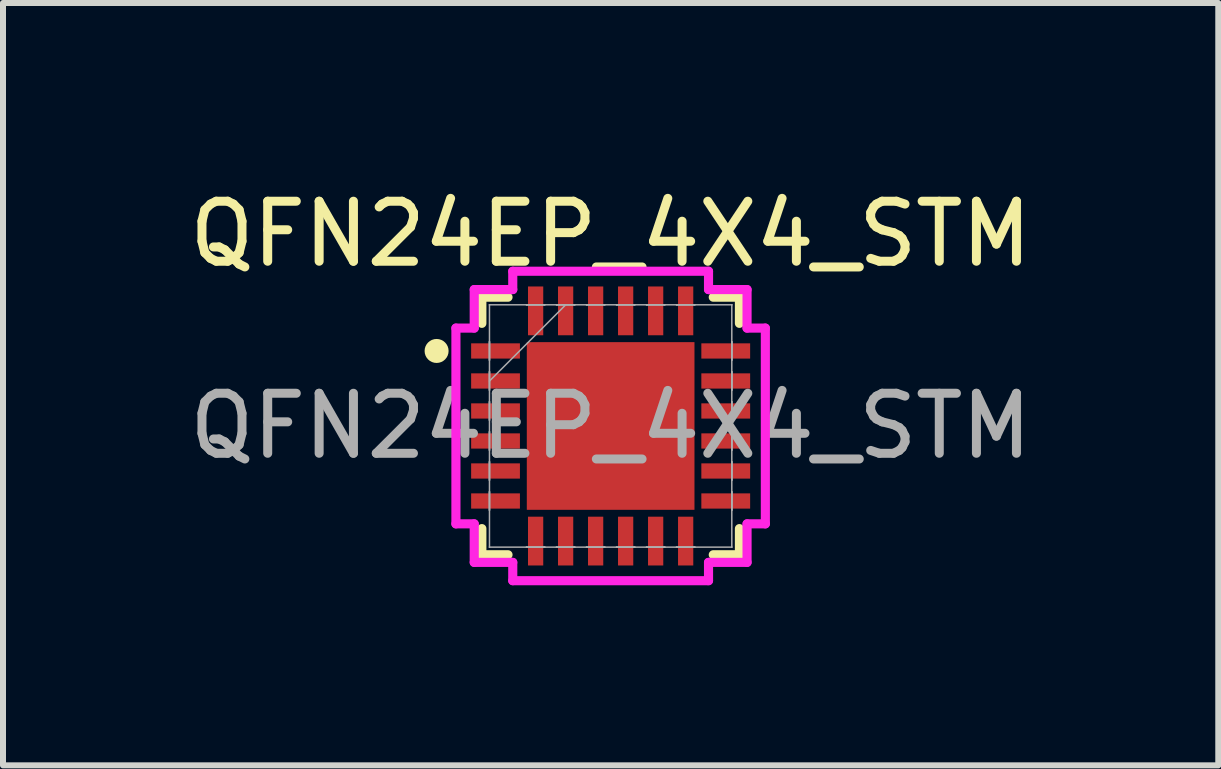
<source format=kicad_pcb>
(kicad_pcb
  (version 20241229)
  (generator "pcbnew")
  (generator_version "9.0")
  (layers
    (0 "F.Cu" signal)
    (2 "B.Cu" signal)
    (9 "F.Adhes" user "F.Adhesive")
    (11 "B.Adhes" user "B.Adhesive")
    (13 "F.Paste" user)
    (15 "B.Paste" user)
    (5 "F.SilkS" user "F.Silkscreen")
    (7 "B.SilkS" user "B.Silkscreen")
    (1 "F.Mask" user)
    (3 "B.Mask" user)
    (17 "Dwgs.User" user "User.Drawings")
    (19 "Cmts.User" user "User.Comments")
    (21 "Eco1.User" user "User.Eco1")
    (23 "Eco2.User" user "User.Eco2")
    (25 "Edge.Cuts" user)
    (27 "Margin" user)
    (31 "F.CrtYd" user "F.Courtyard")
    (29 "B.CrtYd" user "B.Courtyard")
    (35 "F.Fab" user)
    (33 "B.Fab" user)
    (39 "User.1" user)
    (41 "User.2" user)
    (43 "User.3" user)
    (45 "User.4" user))
  (footprint "QFN24EP_4X4_STM"
    (layer "F.Cu")
    (at 7.125 4.048)
    (property "Reference" "QFN24EP_4X4_STM" (at 0 -3.2 0) (unlocked yes) (layer "F.SilkS") (effects (font (size 1 1) (thickness 0.15))))
    (attr smd)
    (fp_line (start -2.146 -2.146) (end -2.146 -1.71) (stroke (width 0.152) (type solid)) (layer "F.SilkS"))
    (fp_line (start -2.146 1.71) (end -2.146 2.146) (stroke (width 0.152) (type solid)) (layer "F.SilkS"))
    (fp_line (start -2.146 2.146) (end -1.71 2.146) (stroke (width 0.152) (type solid)) (layer "F.SilkS"))
    (fp_line (start -1.71 -2.146) (end -2.146 -2.146) (stroke (width 0.152) (type solid)) (layer "F.SilkS"))
    (fp_line (start 1.71 2.146) (end 2.146 2.146) (stroke (width 0.152) (type solid)) (layer "F.SilkS"))
    (fp_line (start 2.146 -2.146) (end 1.71 -2.146) (stroke (width 0.152) (type solid)) (layer "F.SilkS"))
    (fp_line (start 2.146 -1.71) (end 2.146 -2.146) (stroke (width 0.152) (type solid)) (layer "F.SilkS"))
    (fp_line (start 2.146 2.146) (end 2.146 1.71) (stroke (width 0.152) (type solid)) (layer "F.SilkS"))
    (fp_circle (center -2.9 -1.25) (end -2.8 -1.25) (stroke (width 0.2) (type solid)) (fill no) (layer "F.SilkS"))
    (fp_poly (pts (xy -1.297 -1.297) (xy -1.297 -0.1) (xy -0.1 -0.1) (xy -0.1 -1.297)) (stroke (width 0) (type solid)) (fill yes) (layer "F.Paste"))
    (fp_poly (pts (xy -1.297 0.1) (xy -1.297 1.297) (xy -0.1 1.297) (xy -0.1 0.1)) (stroke (width 0) (type solid)) (fill yes) (layer "F.Paste"))
    (fp_poly (pts (xy 0.1 -1.297) (xy 0.1 -0.1) (xy 1.297 -0.1) (xy 1.297 -1.297)) (stroke (width 0) (type solid)) (fill yes) (layer "F.Paste"))
    (fp_poly (pts (xy 0.1 0.1) (xy 0.1 1.297) (xy 1.297 1.297) (xy 1.297 0.1)) (stroke (width 0) (type solid)) (fill yes) (layer "F.Paste"))
    (fp_line (start -2.578 -1.631) (end -2.273 -1.631) (stroke (width 0.152) (type solid)) (layer "F.CrtYd"))
    (fp_line (start -2.578 1.631) (end -2.578 -1.631) (stroke (width 0.152) (type solid)) (layer "F.CrtYd"))
    (fp_line (start -2.273 -2.273) (end -1.631 -2.273) (stroke (width 0.152) (type solid)) (layer "F.CrtYd"))
    (fp_line (start -2.273 -1.631) (end -2.273 -2.273) (stroke (width 0.152) (type solid)) (layer "F.CrtYd"))
    (fp_line (start -2.273 1.631) (end -2.578 1.631) (stroke (width 0.152) (type solid)) (layer "F.CrtYd"))
    (fp_line (start -2.273 2.273) (end -2.273 1.631) (stroke (width 0.152) (type solid)) (layer "F.CrtYd"))
    (fp_line (start -1.631 -2.578) (end 1.631 -2.578) (stroke (width 0.152) (type solid)) (layer "F.CrtYd"))
    (fp_line (start -1.631 -2.273) (end -1.631 -2.578) (stroke (width 0.152) (type solid)) (layer "F.CrtYd"))
    (fp_line (start -1.631 2.273) (end -2.273 2.273) (stroke (width 0.152) (type solid)) (layer "F.CrtYd"))
    (fp_line (start -1.631 2.578) (end -1.631 2.273) (stroke (width 0.152) (type solid)) (layer "F.CrtYd"))
    (fp_line (start 1.631 -2.578) (end 1.631 -2.273) (stroke (width 0.152) (type solid)) (layer "F.CrtYd"))
    (fp_line (start 1.631 -2.273) (end 2.273 -2.273) (stroke (width 0.152) (type solid)) (layer "F.CrtYd"))
    (fp_line (start 1.631 2.273) (end 1.631 2.578) (stroke (width 0.152) (type solid)) (layer "F.CrtYd"))
    (fp_line (start 1.631 2.578) (end -1.631 2.578) (stroke (width 0.152) (type solid)) (layer "F.CrtYd"))
    (fp_line (start 2.273 -2.273) (end 2.273 -1.631) (stroke (width 0.152) (type solid)) (layer "F.CrtYd"))
    (fp_line (start 2.273 -1.631) (end 2.578 -1.631) (stroke (width 0.152) (type solid)) (layer "F.CrtYd"))
    (fp_line (start 2.273 1.631) (end 2.273 2.273) (stroke (width 0.152) (type solid)) (layer "F.CrtYd"))
    (fp_line (start 2.273 2.273) (end 1.631 2.273) (stroke (width 0.152) (type solid)) (layer "F.CrtYd"))
    (fp_line (start 2.578 -1.631) (end 2.578 1.631) (stroke (width 0.152) (type solid)) (layer "F.CrtYd"))
    (fp_line (start 2.578 1.631) (end 2.273 1.631) (stroke (width 0.152) (type solid)) (layer "F.CrtYd"))
    (fp_line (start -2.019 -2.019) (end -2.019 -2.019) (stroke (width 0.025) (type solid)) (layer "F.Fab"))
    (fp_line (start -2.019 -2.019) (end -2.019 2.019) (stroke (width 0.025) (type solid)) (layer "F.Fab"))
    (fp_line (start -2.019 -1.402) (end -2.019 -1.402) (stroke (width 0.025) (type solid)) (layer "F.Fab"))
    (fp_line (start -2.019 -1.402) (end -2.019 -1.098) (stroke (width 0.025) (type solid)) (layer "F.Fab"))
    (fp_line (start -2.019 -1.098) (end -2.019 -1.402) (stroke (width 0.025) (type solid)) (layer "F.Fab"))
    (fp_line (start -2.019 -1.098) (end -2.019 -1.098) (stroke (width 0.025) (type solid)) (layer "F.Fab"))
    (fp_line (start -2.019 -0.902) (end -2.019 -0.902) (stroke (width 0.025) (type solid)) (layer "F.Fab"))
    (fp_line (start -2.019 -0.902) (end -2.019 -0.598) (stroke (width 0.025) (type solid)) (layer "F.Fab"))
    (fp_line (start -2.019 -0.749) (end -0.749 -2.019) (stroke (width 0.025) (type solid)) (layer "F.Fab"))
    (fp_line (start -2.019 -0.598) (end -2.019 -0.902) (stroke (width 0.025) (type solid)) (layer "F.Fab"))
    (fp_line (start -2.019 -0.598) (end -2.019 -0.598) (stroke (width 0.025) (type solid)) (layer "F.Fab"))
    (fp_line (start -2.019 -0.402) (end -2.019 -0.402) (stroke (width 0.025) (type solid)) (layer "F.Fab"))
    (fp_line (start -2.019 -0.402) (end -2.019 -0.098) (stroke (width 0.025) (type solid)) (layer "F.Fab"))
    (fp_line (start -2.019 -0.098) (end -2.019 -0.402) (stroke (width 0.025) (type solid)) (layer "F.Fab"))
    (fp_line (start -2.019 -0.098) (end -2.019 -0.098) (stroke (width 0.025) (type solid)) (layer "F.Fab"))
    (fp_line (start -2.019 0.098) (end -2.019 0.098) (stroke (width 0.025) (type solid)) (layer "F.Fab"))
    (fp_line (start -2.019 0.098) (end -2.019 0.402) (stroke (width 0.025) (type solid)) (layer "F.Fab"))
    (fp_line (start -2.019 0.402) (end -2.019 0.098) (stroke (width 0.025) (type solid)) (layer "F.Fab"))
    (fp_line (start -2.019 0.402) (end -2.019 0.402) (stroke (width 0.025) (type solid)) (layer "F.Fab"))
    (fp_line (start -2.019 0.598) (end -2.019 0.598) (stroke (width 0.025) (type solid)) (layer "F.Fab"))
    (fp_line (start -2.019 0.598) (end -2.019 0.902) (stroke (width 0.025) (type solid)) (layer "F.Fab"))
    (fp_line (start -2.019 0.902) (end -2.019 0.598) (stroke (width 0.025) (type solid)) (layer "F.Fab"))
    (fp_line (start -2.019 0.902) (end -2.019 0.902) (stroke (width 0.025) (type solid)) (layer "F.Fab"))
    (fp_line (start -2.019 1.098) (end -2.019 1.098) (stroke (width 0.025) (type solid)) (layer "F.Fab"))
    (fp_line (start -2.019 1.098) (end -2.019 1.402) (stroke (width 0.025) (type solid)) (layer "F.Fab"))
    (fp_line (start -2.019 1.402) (end -2.019 1.098) (stroke (width 0.025) (type solid)) (layer "F.Fab"))
    (fp_line (start -2.019 1.402) (end -2.019 1.402) (stroke (width 0.025) (type solid)) (layer "F.Fab"))
    (fp_line (start -2.019 2.019) (end -2.019 2.019) (stroke (width 0.025) (type solid)) (layer "F.Fab"))
    (fp_line (start -2.019 2.019) (end 2.019 2.019) (stroke (width 0.025) (type solid)) (layer "F.Fab"))
    (fp_line (start -1.402 -2.019) (end -1.402 -2.019) (stroke (width 0.025) (type solid)) (layer "F.Fab"))
    (fp_line (start -1.402 -2.019) (end -1.098 -2.019) (stroke (width 0.025) (type solid)) (layer "F.Fab"))
    (fp_line (start -1.402 2.019) (end -1.402 2.019) (stroke (width 0.025) (type solid)) (layer "F.Fab"))
    (fp_line (start -1.402 2.019) (end -1.098 2.019) (stroke (width 0.025) (type solid)) (layer "F.Fab"))
    (fp_line (start -1.098 -2.019) (end -1.402 -2.019) (stroke (width 0.025) (type solid)) (layer "F.Fab"))
    (fp_line (start -1.098 -2.019) (end -1.098 -2.019) (stroke (width 0.025) (type solid)) (layer "F.Fab"))
    (fp_line (start -1.098 2.019) (end -1.402 2.019) (stroke (width 0.025) (type solid)) (layer "F.Fab"))
    (fp_line (start -1.098 2.019) (end -1.098 2.019) (stroke (width 0.025) (type solid)) (layer "F.Fab"))
    (fp_line (start -0.902 -2.019) (end -0.902 -2.019) (stroke (width 0.025) (type solid)) (layer "F.Fab"))
    (fp_line (start -0.902 -2.019) (end -0.598 -2.019) (stroke (width 0.025) (type solid)) (layer "F.Fab"))
    (fp_line (start -0.902 2.019) (end -0.902 2.019) (stroke (width 0.025) (type solid)) (layer "F.Fab"))
    (fp_line (start -0.902 2.019) (end -0.598 2.019) (stroke (width 0.025) (type solid)) (layer "F.Fab"))
    (fp_line (start -0.598 -2.019) (end -0.902 -2.019) (stroke (width 0.025) (type solid)) (layer "F.Fab"))
    (fp_line (start -0.598 -2.019) (end -0.598 -2.019) (stroke (width 0.025) (type solid)) (layer "F.Fab"))
    (fp_line (start -0.598 2.019) (end -0.902 2.019) (stroke (width 0.025) (type solid)) (layer "F.Fab"))
    (fp_line (start -0.598 2.019) (end -0.598 2.019) (stroke (width 0.025) (type solid)) (layer "F.Fab"))
    (fp_line (start -0.402 -2.019) (end -0.402 -2.019) (stroke (width 0.025) (type solid)) (layer "F.Fab"))
    (fp_line (start -0.402 -2.019) (end -0.098 -2.019) (stroke (width 0.025) (type solid)) (layer "F.Fab"))
    (fp_line (start -0.402 2.019) (end -0.402 2.019) (stroke (width 0.025) (type solid)) (layer "F.Fab"))
    (fp_line (start -0.402 2.019) (end -0.098 2.019) (stroke (width 0.025) (type solid)) (layer "F.Fab"))
    (fp_line (start -0.098 -2.019) (end -0.402 -2.019) (stroke (width 0.025) (type solid)) (layer "F.Fab"))
    (fp_line (start -0.098 -2.019) (end -0.098 -2.019) (stroke (width 0.025) (type solid)) (layer "F.Fab"))
    (fp_line (start -0.098 2.019) (end -0.402 2.019) (stroke (width 0.025) (type solid)) (layer "F.Fab"))
    (fp_line (start -0.098 2.019) (end -0.098 2.019) (stroke (width 0.025) (type solid)) (layer "F.Fab"))
    (fp_line (start 0.098 -2.019) (end 0.098 -2.019) (stroke (width 0.025) (type solid)) (layer "F.Fab"))
    (fp_line (start 0.098 -2.019) (end 0.402 -2.019) (stroke (width 0.025) (type solid)) (layer "F.Fab"))
    (fp_line (start 0.098 2.019) (end 0.098 2.019) (stroke (width 0.025) (type solid)) (layer "F.Fab"))
    (fp_line (start 0.098 2.019) (end 0.402 2.019) (stroke (width 0.025) (type solid)) (layer "F.Fab"))
    (fp_line (start 0.402 -2.019) (end 0.098 -2.019) (stroke (width 0.025) (type solid)) (layer "F.Fab"))
    (fp_line (start 0.402 -2.019) (end 0.402 -2.019) (stroke (width 0.025) (type solid)) (layer "F.Fab"))
    (fp_line (start 0.402 2.019) (end 0.098 2.019) (stroke (width 0.025) (type solid)) (layer "F.Fab"))
    (fp_line (start 0.402 2.019) (end 0.402 2.019) (stroke (width 0.025) (type solid)) (layer "F.Fab"))
    (fp_line (start 0.598 -2.019) (end 0.598 -2.019) (stroke (width 0.025) (type solid)) (layer "F.Fab"))
    (fp_line (start 0.598 -2.019) (end 0.902 -2.019) (stroke (width 0.025) (type solid)) (layer "F.Fab"))
    (fp_line (start 0.598 2.019) (end 0.598 2.019) (stroke (width 0.025) (type solid)) (layer "F.Fab"))
    (fp_line (start 0.598 2.019) (end 0.902 2.019) (stroke (width 0.025) (type solid)) (layer "F.Fab"))
    (fp_line (start 0.902 -2.019) (end 0.598 -2.019) (stroke (width 0.025) (type solid)) (layer "F.Fab"))
    (fp_line (start 0.902 -2.019) (end 0.902 -2.019) (stroke (width 0.025) (type solid)) (layer "F.Fab"))
    (fp_line (start 0.902 2.019) (end 0.598 2.019) (stroke (width 0.025) (type solid)) (layer "F.Fab"))
    (fp_line (start 0.902 2.019) (end 0.902 2.019) (stroke (width 0.025) (type solid)) (layer "F.Fab"))
    (fp_line (start 1.098 -2.019) (end 1.098 -2.019) (stroke (width 0.025) (type solid)) (layer "F.Fab"))
    (fp_line (start 1.098 -2.019) (end 1.402 -2.019) (stroke (width 0.025) (type solid)) (layer "F.Fab"))
    (fp_line (start 1.098 2.019) (end 1.098 2.019) (stroke (width 0.025) (type solid)) (layer "F.Fab"))
    (fp_line (start 1.098 2.019) (end 1.402 2.019) (stroke (width 0.025) (type solid)) (layer "F.Fab"))
    (fp_line (start 1.402 -2.019) (end 1.098 -2.019) (stroke (width 0.025) (type solid)) (layer "F.Fab"))
    (fp_line (start 1.402 -2.019) (end 1.402 -2.019) (stroke (width 0.025) (type solid)) (layer "F.Fab"))
    (fp_line (start 1.402 2.019) (end 1.098 2.019) (stroke (width 0.025) (type solid)) (layer "F.Fab"))
    (fp_line (start 1.402 2.019) (end 1.402 2.019) (stroke (width 0.025) (type solid)) (layer "F.Fab"))
    (fp_line (start 2.019 -2.019) (end -2.019 -2.019) (stroke (width 0.025) (type solid)) (layer "F.Fab"))
    (fp_line (start 2.019 -2.019) (end 2.019 -2.019) (stroke (width 0.025) (type solid)) (layer "F.Fab"))
    (fp_line (start 2.019 -1.402) (end 2.019 -1.402) (stroke (width 0.025) (type solid)) (layer "F.Fab"))
    (fp_line (start 2.019 -1.402) (end 2.019 -1.098) (stroke (width 0.025) (type solid)) (layer "F.Fab"))
    (fp_line (start 2.019 -1.098) (end 2.019 -1.402) (stroke (width 0.025) (type solid)) (layer "F.Fab"))
    (fp_line (start 2.019 -1.098) (end 2.019 -1.098) (stroke (width 0.025) (type solid)) (layer "F.Fab"))
    (fp_line (start 2.019 -0.902) (end 2.019 -0.902) (stroke (width 0.025) (type solid)) (layer "F.Fab"))
    (fp_line (start 2.019 -0.902) (end 2.019 -0.598) (stroke (width 0.025) (type solid)) (layer "F.Fab"))
    (fp_line (start 2.019 -0.598) (end 2.019 -0.902) (stroke (width 0.025) (type solid)) (layer "F.Fab"))
    (fp_line (start 2.019 -0.598) (end 2.019 -0.598) (stroke (width 0.025) (type solid)) (layer "F.Fab"))
    (fp_line (start 2.019 -0.402) (end 2.019 -0.402) (stroke (width 0.025) (type solid)) (layer "F.Fab"))
    (fp_line (start 2.019 -0.402) (end 2.019 -0.098) (stroke (width 0.025) (type solid)) (layer "F.Fab"))
    (fp_line (start 2.019 -0.098) (end 2.019 -0.402) (stroke (width 0.025) (type solid)) (layer "F.Fab"))
    (fp_line (start 2.019 -0.098) (end 2.019 -0.098) (stroke (width 0.025) (type solid)) (layer "F.Fab"))
    (fp_line (start 2.019 0.098) (end 2.019 0.098) (stroke (width 0.025) (type solid)) (layer "F.Fab"))
    (fp_line (start 2.019 0.098) (end 2.019 0.402) (stroke (width 0.025) (type solid)) (layer "F.Fab"))
    (fp_line (start 2.019 0.402) (end 2.019 0.098) (stroke (width 0.025) (type solid)) (layer "F.Fab"))
    (fp_line (start 2.019 0.402) (end 2.019 0.402) (stroke (width 0.025) (type solid)) (layer "F.Fab"))
    (fp_line (start 2.019 0.598) (end 2.019 0.598) (stroke (width 0.025) (type solid)) (layer "F.Fab"))
    (fp_line (start 2.019 0.598) (end 2.019 0.902) (stroke (width 0.025) (type solid)) (layer "F.Fab"))
    (fp_line (start 2.019 0.902) (end 2.019 0.598) (stroke (width 0.025) (type solid)) (layer "F.Fab"))
    (fp_line (start 2.019 0.902) (end 2.019 0.902) (stroke (width 0.025) (type solid)) (layer "F.Fab"))
    (fp_line (start 2.019 1.098) (end 2.019 1.098) (stroke (width 0.025) (type solid)) (layer "F.Fab"))
    (fp_line (start 2.019 1.098) (end 2.019 1.402) (stroke (width 0.025) (type solid)) (layer "F.Fab"))
    (fp_line (start 2.019 1.402) (end 2.019 1.098) (stroke (width 0.025) (type solid)) (layer "F.Fab"))
    (fp_line (start 2.019 1.402) (end 2.019 1.402) (stroke (width 0.025) (type solid)) (layer "F.Fab"))
    (fp_line (start 2.019 2.019) (end 2.019 -2.019) (stroke (width 0.025) (type solid)) (layer "F.Fab"))
    (fp_line (start 2.019 2.019) (end 2.019 2.019) (stroke (width 0.025) (type solid)) (layer "F.Fab"))
    (fp_text user "${REFERENCE}" (at 0 0 0) (unlocked yes) (layer "F.Fab") (effects (font (size 1 1) (thickness 0.15))))
    (pad "1" smd rect (at -1.918 -1.25 90) (size 0.254 0.813) (layers "F.Cu" "F.Mask" "F.Paste"))
    (pad "2" smd rect (at -1.918 -0.75 90) (size 0.254 0.813) (layers "F.Cu" "F.Mask" "F.Paste"))
    (pad "3" smd rect (at -1.918 -0.25 90) (size 0.254 0.813) (layers "F.Cu" "F.Mask" "F.Paste"))
    (pad "4" smd rect (at -1.918 0.25 90) (size 0.254 0.813) (layers "F.Cu" "F.Mask" "F.Paste"))
    (pad "5" smd rect (at -1.918 0.75 90) (size 0.254 0.813) (layers "F.Cu" "F.Mask" "F.Paste"))
    (pad "6" smd rect (at -1.918 1.25 90) (size 0.254 0.813) (layers "F.Cu" "F.Mask" "F.Paste"))
    (pad "7" smd rect (at -1.25 1.918) (size 0.254 0.813) (layers "F.Cu" "F.Mask" "F.Paste"))
    (pad "8" smd rect (at -0.75 1.918) (size 0.254 0.813) (layers "F.Cu" "F.Mask" "F.Paste"))
    (pad "9" smd rect (at -0.25 1.918) (size 0.254 0.813) (layers "F.Cu" "F.Mask" "F.Paste"))
    (pad "10" smd rect (at 0.25 1.918) (size 0.254 0.813) (layers "F.Cu" "F.Mask" "F.Paste"))
    (pad "11" smd rect (at 0.75 1.918) (size 0.254 0.813) (layers "F.Cu" "F.Mask" "F.Paste"))
    (pad "12" smd rect (at 1.25 1.918) (size 0.254 0.813) (layers "F.Cu" "F.Mask" "F.Paste"))
    (pad "13" smd rect (at 1.918 1.25 90) (size 0.254 0.813) (layers "F.Cu" "F.Mask" "F.Paste"))
    (pad "14" smd rect (at 1.918 0.75 90) (size 0.254 0.813) (layers "F.Cu" "F.Mask" "F.Paste"))
    (pad "15" smd rect (at 1.918 0.25 90) (size 0.254 0.813) (layers "F.Cu" "F.Mask" "F.Paste"))
    (pad "16" smd rect (at 1.918 -0.25 90) (size 0.254 0.813) (layers "F.Cu" "F.Mask" "F.Paste"))
    (pad "17" smd rect (at 1.918 -0.75 90) (size 0.254 0.813) (layers "F.Cu" "F.Mask" "F.Paste"))
    (pad "18" smd rect (at 1.918 -1.25 90) (size 0.254 0.813) (layers "F.Cu" "F.Mask" "F.Paste"))
    (pad "19" smd rect (at 1.25 -1.918) (size 0.254 0.813) (layers "F.Cu" "F.Mask" "F.Paste"))
    (pad "20" smd rect (at 0.75 -1.918) (size 0.254 0.813) (layers "F.Cu" "F.Mask" "F.Paste"))
    (pad "21" smd rect (at 0.25 -1.918) (size 0.254 0.813) (layers "F.Cu" "F.Mask" "F.Paste"))
    (pad "22" smd rect (at -0.25 -1.918) (size 0.254 0.813) (layers "F.Cu" "F.Mask" "F.Paste"))
    (pad "23" smd rect (at -0.75 -1.918) (size 0.254 0.813) (layers "F.Cu" "F.Mask" "F.Paste"))
    (pad "24" smd rect (at -1.25 -1.918) (size 0.254 0.813) (layers "F.Cu" "F.Mask" "F.Paste"))
    (pad "25" smd rect (at 0 0) (size 2.794 2.794) (layers "F.Cu" "F.Mask" "F.Paste")))
  (gr_rect
    (start -3 -3)
    (end 17.25 9.703)
    (stroke (width 0.1) (type default))
    (fill no)
    (layer "Edge.Cuts")))
</source>
